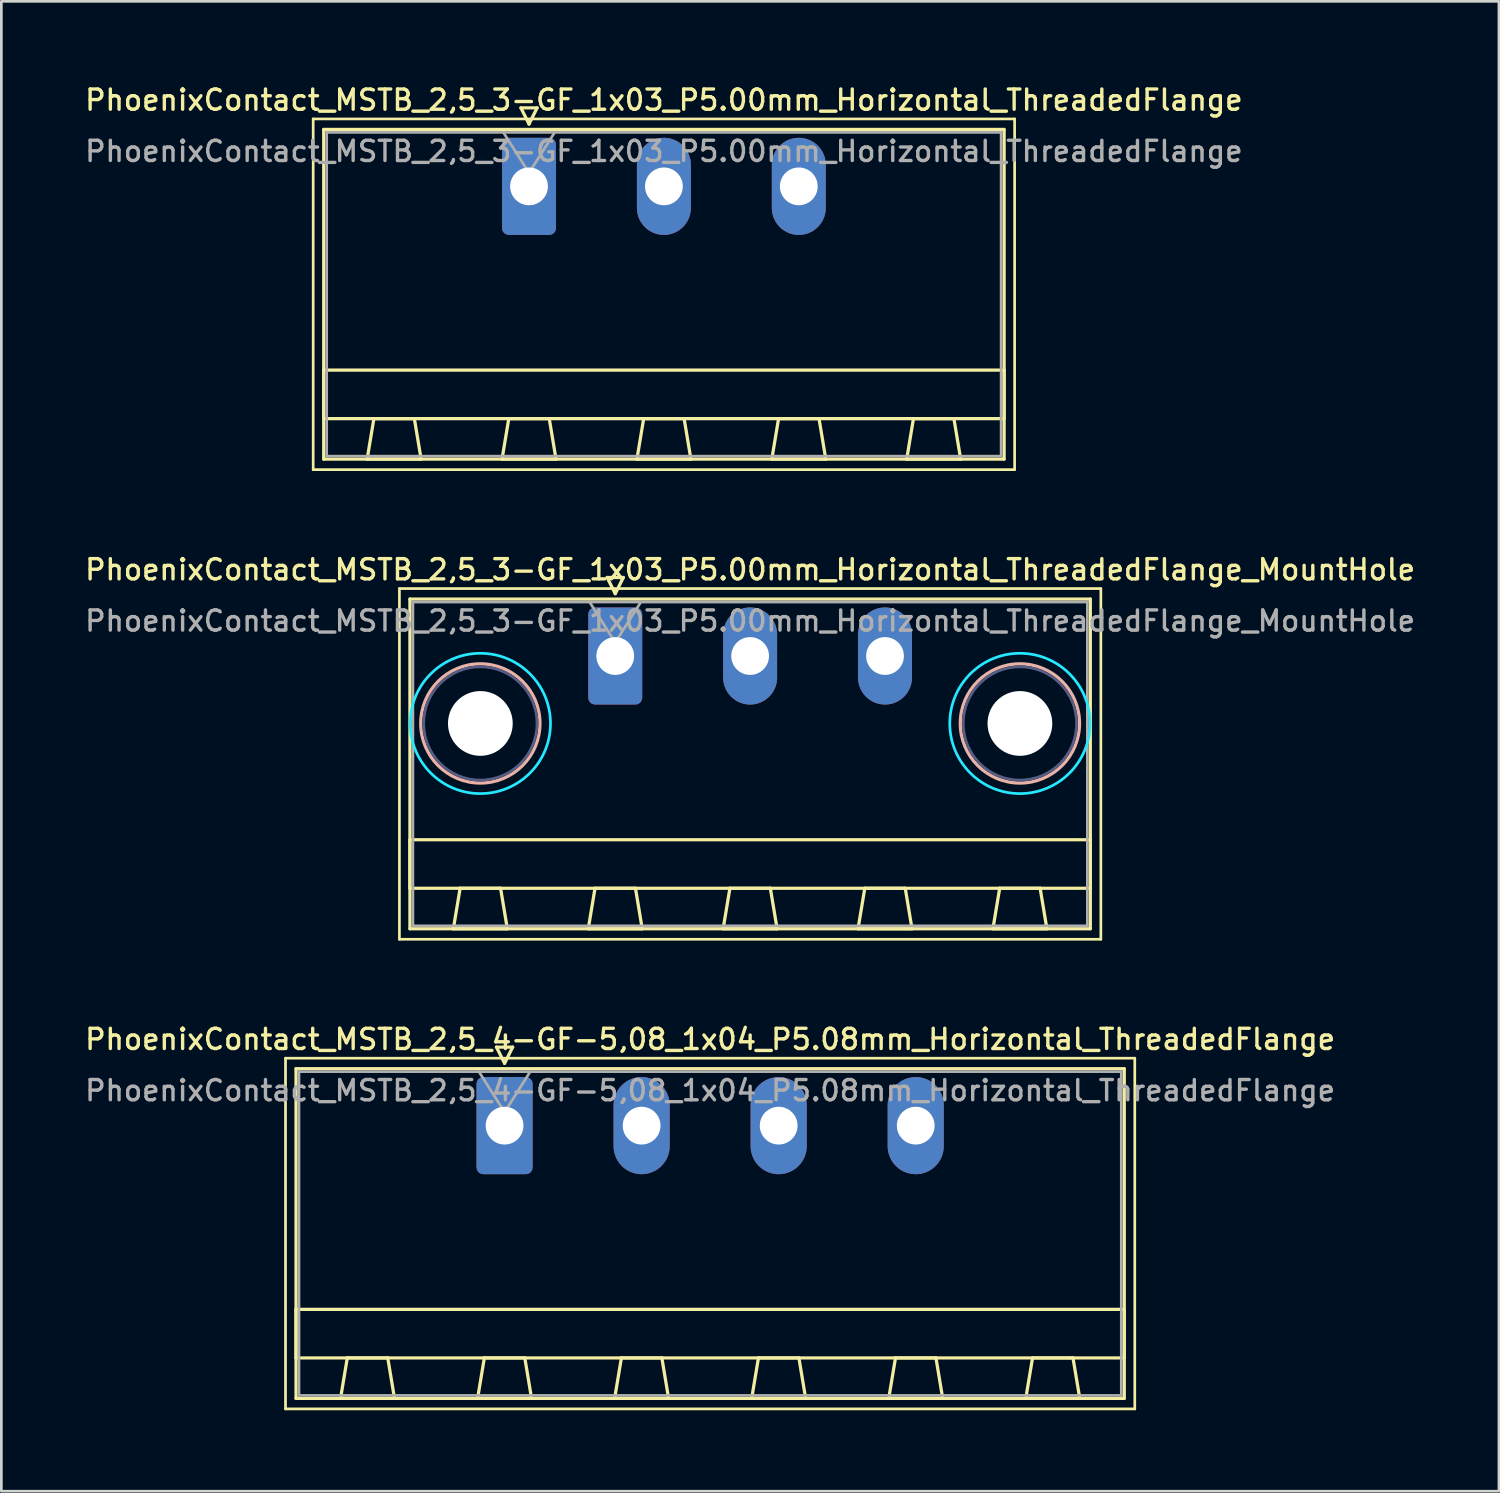
<source format=kicad_pcb>
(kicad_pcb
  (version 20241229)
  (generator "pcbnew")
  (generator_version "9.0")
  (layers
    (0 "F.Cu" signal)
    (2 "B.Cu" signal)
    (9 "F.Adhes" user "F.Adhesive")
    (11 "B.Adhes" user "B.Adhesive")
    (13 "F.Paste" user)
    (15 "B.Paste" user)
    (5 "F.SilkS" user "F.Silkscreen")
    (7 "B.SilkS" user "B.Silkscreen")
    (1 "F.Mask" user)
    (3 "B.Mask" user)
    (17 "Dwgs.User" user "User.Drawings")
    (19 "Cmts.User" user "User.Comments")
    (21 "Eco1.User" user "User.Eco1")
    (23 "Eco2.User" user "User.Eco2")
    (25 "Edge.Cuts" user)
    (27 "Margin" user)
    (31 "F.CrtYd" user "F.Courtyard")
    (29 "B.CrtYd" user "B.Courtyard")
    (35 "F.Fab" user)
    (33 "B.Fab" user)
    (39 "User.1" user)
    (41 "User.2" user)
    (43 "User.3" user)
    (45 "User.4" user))
  (footprint "PhoenixContact_MSTB_2,5_3-GF_1x03_P5.00mm_Horizontal_ThreadedFlange_MountHole"
    (layer "F.Cu")
    (at 19.755 21.266)
    (property "Reference" "PhoenixContact_MSTB_2,5_3-GF_1x03_P5.00mm_Horizontal_ThreadedFlange_MountHole" (at 5 -3.2 0) (layer "F.SilkS") (effects (font (size 0.75 0.75) (thickness 0.125))))
    (attr through_hole)
    (fp_line (start -8 -2.5) (end -8 10.5) (stroke (width 0.1) (type solid)) (layer "F.SilkS"))
    (fp_line (start -8 10.5) (end 18 10.5) (stroke (width 0.1) (type solid)) (layer "F.SilkS"))
    (fp_line (start -7.61 -2.11) (end -7.61 10.11) (stroke (width 0.12) (type solid)) (layer "F.SilkS"))
    (fp_line (start -7.61 6.81) (end 17.61 6.81) (stroke (width 0.12) (type solid)) (layer "F.SilkS"))
    (fp_line (start -7.61 8.61) (end -7.61 6.81) (stroke (width 0.12) (type solid)) (layer "F.SilkS"))
    (fp_line (start -7.61 10.11) (end 17.61 10.11) (stroke (width 0.12) (type solid)) (layer "F.SilkS"))
    (fp_line (start -6 10.11) (end -4 10.11) (stroke (width 0.12) (type solid)) (layer "F.SilkS"))
    (fp_line (start -5.75 8.61) (end -6 10.11) (stroke (width 0.12) (type solid)) (layer "F.SilkS"))
    (fp_line (start -4.25 8.61) (end -5.75 8.61) (stroke (width 0.12) (type solid)) (layer "F.SilkS"))
    (fp_line (start -4 10.11) (end -4.25 8.61) (stroke (width 0.12) (type solid)) (layer "F.SilkS"))
    (fp_line (start -1 10.11) (end 1 10.11) (stroke (width 0.12) (type solid)) (layer "F.SilkS"))
    (fp_line (start -0.75 8.61) (end -1 10.11) (stroke (width 0.12) (type solid)) (layer "F.SilkS"))
    (fp_line (start -0.3 -2.91) (end 0.3 -2.91) (stroke (width 0.12) (type solid)) (layer "F.SilkS"))
    (fp_line (start 0 -2.31) (end -0.3 -2.91) (stroke (width 0.12) (type solid)) (layer "F.SilkS"))
    (fp_line (start 0.3 -2.91) (end 0 -2.31) (stroke (width 0.12) (type solid)) (layer "F.SilkS"))
    (fp_line (start 0.75 8.61) (end -0.75 8.61) (stroke (width 0.12) (type solid)) (layer "F.SilkS"))
    (fp_line (start 1 10.11) (end 0.75 8.61) (stroke (width 0.12) (type solid)) (layer "F.SilkS"))
    (fp_line (start 4 10.11) (end 6 10.11) (stroke (width 0.12) (type solid)) (layer "F.SilkS"))
    (fp_line (start 4.25 8.61) (end 4 10.11) (stroke (width 0.12) (type solid)) (layer "F.SilkS"))
    (fp_line (start 5.75 8.61) (end 4.25 8.61) (stroke (width 0.12) (type solid)) (layer "F.SilkS"))
    (fp_line (start 6 10.11) (end 5.75 8.61) (stroke (width 0.12) (type solid)) (layer "F.SilkS"))
    (fp_line (start 9 10.11) (end 11 10.11) (stroke (width 0.12) (type solid)) (layer "F.SilkS"))
    (fp_line (start 9.25 8.61) (end 9 10.11) (stroke (width 0.12) (type solid)) (layer "F.SilkS"))
    (fp_line (start 10.75 8.61) (end 9.25 8.61) (stroke (width 0.12) (type solid)) (layer "F.SilkS"))
    (fp_line (start 11 10.11) (end 10.75 8.61) (stroke (width 0.12) (type solid)) (layer "F.SilkS"))
    (fp_line (start 14 10.11) (end 16 10.11) (stroke (width 0.12) (type solid)) (layer "F.SilkS"))
    (fp_line (start 14.25 8.61) (end 14 10.11) (stroke (width 0.12) (type solid)) (layer "F.SilkS"))
    (fp_line (start 15.75 8.61) (end 14.25 8.61) (stroke (width 0.12) (type solid)) (layer "F.SilkS"))
    (fp_line (start 16 10.11) (end 15.75 8.61) (stroke (width 0.12) (type solid)) (layer "F.SilkS"))
    (fp_line (start 17.61 -2.11) (end -7.61 -2.11) (stroke (width 0.12) (type solid)) (layer "F.SilkS"))
    (fp_line (start 17.61 6.81) (end 17.61 8.61) (stroke (width 0.12) (type solid)) (layer "F.SilkS"))
    (fp_line (start 17.61 8.61) (end -7.61 8.61) (stroke (width 0.12) (type solid)) (layer "F.SilkS"))
    (fp_line (start 17.61 10.11) (end 17.61 -2.11) (stroke (width 0.12) (type solid)) (layer "F.SilkS"))
    (fp_line (start 18 -2.5) (end -8 -2.5) (stroke (width 0.1) (type solid)) (layer "F.SilkS"))
    (fp_line (start 18 10.5) (end 18 -2.5) (stroke (width 0.1) (type solid)) (layer "F.SilkS"))
    (fp_circle (center -5 2.5) (end -2.79 2.5) (stroke (width 0.12) (type solid)) (fill no) (layer "B.SilkS"))
    (fp_circle (center 15 2.5) (end 17.21 2.5) (stroke (width 0.12) (type solid)) (fill no) (layer "B.SilkS"))
    (fp_circle (center -5 2.5) (end -2.4 2.5) (stroke (width 0.1) (type solid)) (fill no) (layer "B.CrtYd"))
    (fp_circle (center 15 2.5) (end 17.6 2.5) (stroke (width 0.1) (type solid)) (fill no) (layer "B.CrtYd"))
    (fp_circle (center -5 2.5) (end -2.9 2.5) (stroke (width 0.1) (type solid)) (fill no) (layer "B.Fab"))
    (fp_circle (center 15 2.5) (end 17.1 2.5) (stroke (width 0.1) (type solid)) (fill no) (layer "B.Fab"))
    (fp_line (start -7.5 -2) (end -7.5 10) (stroke (width 0.1) (type solid)) (layer "F.Fab"))
    (fp_line (start -7.5 10) (end 17.5 10) (stroke (width 0.1) (type solid)) (layer "F.Fab"))
    (fp_line (start 0 -0.5) (end -0.95 -2) (stroke (width 0.1) (type solid)) (layer "F.Fab"))
    (fp_line (start 0.95 -2) (end 0 -0.5) (stroke (width 0.1) (type solid)) (layer "F.Fab"))
    (fp_line (start 17.5 -2) (end -7.5 -2) (stroke (width 0.1) (type solid)) (layer "F.Fab"))
    (fp_line (start 17.5 10) (end 17.5 -2) (stroke (width 0.1) (type solid)) (layer "F.Fab"))
    (fp_text user "${REFERENCE}" (at 5 -1.3 0) (layer "F.Fab") (effects (font (size 0.75 0.75) (thickness 0.125))))
    (pad "" np_thru_hole circle (at -5 2.5) (size 2.4 2.4) (drill 2.4) (layers "*.Cu" "*.Mask"))
    (pad "" np_thru_hole circle (at 15 2.5) (size 2.4 2.4) (drill 2.4) (layers "*.Cu" "*.Mask"))
    (pad "1" thru_hole roundrect (at 0 0) (size 2 3.6) (drill 1.4) (layers "*.Cu" "*.Mask") (roundrect_rratio 0.125))
    (pad "2" thru_hole oval (at 5 0) (size 2 3.6) (drill 1.4) (layers "*.Cu" "*.Mask"))
    (pad "3" thru_hole oval (at 10 0) (size 2 3.6) (drill 1.4) (layers "*.Cu" "*.Mask")))
  (footprint "PhoenixContact_MSTB_2,5_3-GF_1x03_P5.00mm_Horizontal_ThreadedFlange"
    (layer "F.Cu")
    (at 16.559 3.858)
    (property "Reference" "PhoenixContact_MSTB_2,5_3-GF_1x03_P5.00mm_Horizontal_ThreadedFlange" (at 5 -3.2 0) (layer "F.SilkS") (effects (font (size 0.75 0.75) (thickness 0.125))))
    (attr through_hole)
    (fp_line (start -8 -2.5) (end -8 10.5) (stroke (width 0.1) (type solid)) (layer "F.SilkS"))
    (fp_line (start -8 10.5) (end 18 10.5) (stroke (width 0.1) (type solid)) (layer "F.SilkS"))
    (fp_line (start -7.61 -2.11) (end -7.61 10.11) (stroke (width 0.12) (type solid)) (layer "F.SilkS"))
    (fp_line (start -7.61 6.81) (end 17.61 6.81) (stroke (width 0.12) (type solid)) (layer "F.SilkS"))
    (fp_line (start -7.61 8.61) (end -7.61 6.81) (stroke (width 0.12) (type solid)) (layer "F.SilkS"))
    (fp_line (start -7.61 10.11) (end 17.61 10.11) (stroke (width 0.12) (type solid)) (layer "F.SilkS"))
    (fp_line (start -6 10.11) (end -4 10.11) (stroke (width 0.12) (type solid)) (layer "F.SilkS"))
    (fp_line (start -5.75 8.61) (end -6 10.11) (stroke (width 0.12) (type solid)) (layer "F.SilkS"))
    (fp_line (start -4.25 8.61) (end -5.75 8.61) (stroke (width 0.12) (type solid)) (layer "F.SilkS"))
    (fp_line (start -4 10.11) (end -4.25 8.61) (stroke (width 0.12) (type solid)) (layer "F.SilkS"))
    (fp_line (start -1 10.11) (end 1 10.11) (stroke (width 0.12) (type solid)) (layer "F.SilkS"))
    (fp_line (start -0.75 8.61) (end -1 10.11) (stroke (width 0.12) (type solid)) (layer "F.SilkS"))
    (fp_line (start -0.3 -2.91) (end 0.3 -2.91) (stroke (width 0.12) (type solid)) (layer "F.SilkS"))
    (fp_line (start 0 -2.31) (end -0.3 -2.91) (stroke (width 0.12) (type solid)) (layer "F.SilkS"))
    (fp_line (start 0.3 -2.91) (end 0 -2.31) (stroke (width 0.12) (type solid)) (layer "F.SilkS"))
    (fp_line (start 0.75 8.61) (end -0.75 8.61) (stroke (width 0.12) (type solid)) (layer "F.SilkS"))
    (fp_line (start 1 10.11) (end 0.75 8.61) (stroke (width 0.12) (type solid)) (layer "F.SilkS"))
    (fp_line (start 4 10.11) (end 6 10.11) (stroke (width 0.12) (type solid)) (layer "F.SilkS"))
    (fp_line (start 4.25 8.61) (end 4 10.11) (stroke (width 0.12) (type solid)) (layer "F.SilkS"))
    (fp_line (start 5.75 8.61) (end 4.25 8.61) (stroke (width 0.12) (type solid)) (layer "F.SilkS"))
    (fp_line (start 6 10.11) (end 5.75 8.61) (stroke (width 0.12) (type solid)) (layer "F.SilkS"))
    (fp_line (start 9 10.11) (end 11 10.11) (stroke (width 0.12) (type solid)) (layer "F.SilkS"))
    (fp_line (start 9.25 8.61) (end 9 10.11) (stroke (width 0.12) (type solid)) (layer "F.SilkS"))
    (fp_line (start 10.75 8.61) (end 9.25 8.61) (stroke (width 0.12) (type solid)) (layer "F.SilkS"))
    (fp_line (start 11 10.11) (end 10.75 8.61) (stroke (width 0.12) (type solid)) (layer "F.SilkS"))
    (fp_line (start 14 10.11) (end 16 10.11) (stroke (width 0.12) (type solid)) (layer "F.SilkS"))
    (fp_line (start 14.25 8.61) (end 14 10.11) (stroke (width 0.12) (type solid)) (layer "F.SilkS"))
    (fp_line (start 15.75 8.61) (end 14.25 8.61) (stroke (width 0.12) (type solid)) (layer "F.SilkS"))
    (fp_line (start 16 10.11) (end 15.75 8.61) (stroke (width 0.12) (type solid)) (layer "F.SilkS"))
    (fp_line (start 17.61 -2.11) (end -7.61 -2.11) (stroke (width 0.12) (type solid)) (layer "F.SilkS"))
    (fp_line (start 17.61 6.81) (end 17.61 8.61) (stroke (width 0.12) (type solid)) (layer "F.SilkS"))
    (fp_line (start 17.61 8.61) (end -7.61 8.61) (stroke (width 0.12) (type solid)) (layer "F.SilkS"))
    (fp_line (start 17.61 10.11) (end 17.61 -2.11) (stroke (width 0.12) (type solid)) (layer "F.SilkS"))
    (fp_line (start 18 -2.5) (end -8 -2.5) (stroke (width 0.1) (type solid)) (layer "F.SilkS"))
    (fp_line (start 18 10.5) (end 18 -2.5) (stroke (width 0.1) (type solid)) (layer "F.SilkS"))
    (fp_line (start -7.5 -2) (end -7.5 10) (stroke (width 0.1) (type solid)) (layer "F.Fab"))
    (fp_line (start -7.5 10) (end 17.5 10) (stroke (width 0.1) (type solid)) (layer "F.Fab"))
    (fp_line (start 0 -0.5) (end -0.95 -2) (stroke (width 0.1) (type solid)) (layer "F.Fab"))
    (fp_line (start 0.95 -2) (end 0 -0.5) (stroke (width 0.1) (type solid)) (layer "F.Fab"))
    (fp_line (start 17.5 -2) (end -7.5 -2) (stroke (width 0.1) (type solid)) (layer "F.Fab"))
    (fp_line (start 17.5 10) (end 17.5 -2) (stroke (width 0.1) (type solid)) (layer "F.Fab"))
    (fp_text user "${REFERENCE}" (at 5 -1.3 0) (layer "F.Fab") (effects (font (size 0.75 0.75) (thickness 0.125))))
    (pad "1" thru_hole roundrect (at 0 0) (size 2 3.6) (drill 1.4) (layers "*.Cu" "*.Mask") (roundrect_rratio 0.125))
    (pad "2" thru_hole oval (at 5 0) (size 2 3.6) (drill 1.4) (layers "*.Cu" "*.Mask"))
    (pad "3" thru_hole oval (at 10 0) (size 2 3.6) (drill 1.4) (layers "*.Cu" "*.Mask")))
  (footprint "PhoenixContact_MSTB_2,5_4-GF-5,08_1x04_P5.08mm_Horizontal_ThreadedFlange"
    (layer "F.Cu")
    (at 15.653 38.674)
    (property "Reference" "PhoenixContact_MSTB_2,5_4-GF-5,08_1x04_P5.08mm_Horizontal_ThreadedFlange" (at 7.62 -3.2 0) (layer "F.SilkS") (effects (font (size 0.75 0.75) (thickness 0.125))))
    (attr through_hole)
    (fp_line (start -8.12 -2.5) (end -8.12 10.5) (stroke (width 0.1) (type solid)) (layer "F.SilkS"))
    (fp_line (start -8.12 10.5) (end 23.36 10.5) (stroke (width 0.1) (type solid)) (layer "F.SilkS"))
    (fp_line (start -7.73 -2.11) (end -7.73 10.11) (stroke (width 0.12) (type solid)) (layer "F.SilkS"))
    (fp_line (start -7.73 6.81) (end 22.97 6.81) (stroke (width 0.12) (type solid)) (layer "F.SilkS"))
    (fp_line (start -7.73 8.61) (end -7.73 6.81) (stroke (width 0.12) (type solid)) (layer "F.SilkS"))
    (fp_line (start -7.73 10.11) (end 22.97 10.11) (stroke (width 0.12) (type solid)) (layer "F.SilkS"))
    (fp_line (start -6.08 10.11) (end -4.08 10.11) (stroke (width 0.12) (type solid)) (layer "F.SilkS"))
    (fp_line (start -5.83 8.61) (end -6.08 10.11) (stroke (width 0.12) (type solid)) (layer "F.SilkS"))
    (fp_line (start -4.33 8.61) (end -5.83 8.61) (stroke (width 0.12) (type solid)) (layer "F.SilkS"))
    (fp_line (start -4.08 10.11) (end -4.33 8.61) (stroke (width 0.12) (type solid)) (layer "F.SilkS"))
    (fp_line (start -1 10.11) (end 1 10.11) (stroke (width 0.12) (type solid)) (layer "F.SilkS"))
    (fp_line (start -0.75 8.61) (end -1 10.11) (stroke (width 0.12) (type solid)) (layer "F.SilkS"))
    (fp_line (start -0.3 -2.91) (end 0.3 -2.91) (stroke (width 0.12) (type solid)) (layer "F.SilkS"))
    (fp_line (start 0 -2.31) (end -0.3 -2.91) (stroke (width 0.12) (type solid)) (layer "F.SilkS"))
    (fp_line (start 0.3 -2.91) (end 0 -2.31) (stroke (width 0.12) (type solid)) (layer "F.SilkS"))
    (fp_line (start 0.75 8.61) (end -0.75 8.61) (stroke (width 0.12) (type solid)) (layer "F.SilkS"))
    (fp_line (start 1 10.11) (end 0.75 8.61) (stroke (width 0.12) (type solid)) (layer "F.SilkS"))
    (fp_line (start 4.08 10.11) (end 6.08 10.11) (stroke (width 0.12) (type solid)) (layer "F.SilkS"))
    (fp_line (start 4.33 8.61) (end 4.08 10.11) (stroke (width 0.12) (type solid)) (layer "F.SilkS"))
    (fp_line (start 5.83 8.61) (end 4.33 8.61) (stroke (width 0.12) (type solid)) (layer "F.SilkS"))
    (fp_line (start 6.08 10.11) (end 5.83 8.61) (stroke (width 0.12) (type solid)) (layer "F.SilkS"))
    (fp_line (start 9.16 10.11) (end 11.16 10.11) (stroke (width 0.12) (type solid)) (layer "F.SilkS"))
    (fp_line (start 9.41 8.61) (end 9.16 10.11) (stroke (width 0.12) (type solid)) (layer "F.SilkS"))
    (fp_line (start 10.91 8.61) (end 9.41 8.61) (stroke (width 0.12) (type solid)) (layer "F.SilkS"))
    (fp_line (start 11.16 10.11) (end 10.91 8.61) (stroke (width 0.12) (type solid)) (layer "F.SilkS"))
    (fp_line (start 14.24 10.11) (end 16.24 10.11) (stroke (width 0.12) (type solid)) (layer "F.SilkS"))
    (fp_line (start 14.49 8.61) (end 14.24 10.11) (stroke (width 0.12) (type solid)) (layer "F.SilkS"))
    (fp_line (start 15.99 8.61) (end 14.49 8.61) (stroke (width 0.12) (type solid)) (layer "F.SilkS"))
    (fp_line (start 16.24 10.11) (end 15.99 8.61) (stroke (width 0.12) (type solid)) (layer "F.SilkS"))
    (fp_line (start 19.32 10.11) (end 21.32 10.11) (stroke (width 0.12) (type solid)) (layer "F.SilkS"))
    (fp_line (start 19.57 8.61) (end 19.32 10.11) (stroke (width 0.12) (type solid)) (layer "F.SilkS"))
    (fp_line (start 21.07 8.61) (end 19.57 8.61) (stroke (width 0.12) (type solid)) (layer "F.SilkS"))
    (fp_line (start 21.32 10.11) (end 21.07 8.61) (stroke (width 0.12) (type solid)) (layer "F.SilkS"))
    (fp_line (start 22.97 -2.11) (end -7.73 -2.11) (stroke (width 0.12) (type solid)) (layer "F.SilkS"))
    (fp_line (start 22.97 6.81) (end 22.97 8.61) (stroke (width 0.12) (type solid)) (layer "F.SilkS"))
    (fp_line (start 22.97 8.61) (end -7.73 8.61) (stroke (width 0.12) (type solid)) (layer "F.SilkS"))
    (fp_line (start 22.97 10.11) (end 22.97 -2.11) (stroke (width 0.12) (type solid)) (layer "F.SilkS"))
    (fp_line (start 23.36 -2.5) (end -8.12 -2.5) (stroke (width 0.1) (type solid)) (layer "F.SilkS"))
    (fp_line (start 23.36 10.5) (end 23.36 -2.5) (stroke (width 0.1) (type solid)) (layer "F.SilkS"))
    (fp_line (start -7.62 -2) (end -7.62 10) (stroke (width 0.1) (type solid)) (layer "F.Fab"))
    (fp_line (start -7.62 10) (end 22.86 10) (stroke (width 0.1) (type solid)) (layer "F.Fab"))
    (fp_line (start 0 -0.5) (end -0.95 -2) (stroke (width 0.1) (type solid)) (layer "F.Fab"))
    (fp_line (start 0.95 -2) (end 0 -0.5) (stroke (width 0.1) (type solid)) (layer "F.Fab"))
    (fp_line (start 22.86 -2) (end -7.62 -2) (stroke (width 0.1) (type solid)) (layer "F.Fab"))
    (fp_line (start 22.86 10) (end 22.86 -2) (stroke (width 0.1) (type solid)) (layer "F.Fab"))
    (fp_text user "${REFERENCE}" (at 7.62 -1.3 0) (layer "F.Fab") (effects (font (size 0.75 0.75) (thickness 0.125))))
    (pad "1" thru_hole roundrect (at 0 0) (size 2.08 3.6) (drill 1.4) (layers "*.Cu" "*.Mask") (roundrect_rratio 0.12))
    (pad "2" thru_hole oval (at 5.08 0) (size 2.08 3.6) (drill 1.4) (layers "*.Cu" "*.Mask"))
    (pad "3" thru_hole oval (at 10.16 0) (size 2.08 3.6) (drill 1.4) (layers "*.Cu" "*.Mask"))
    (pad "4" thru_hole oval (at 15.24 0) (size 2.08 3.6) (drill 1.4) (layers "*.Cu" "*.Mask")))
  (gr_rect
    (start -3 -3)
    (end 52.511 52.224)
    (stroke (width 0.1) (type default))
    (fill no)
    (layer "Edge.Cuts")))
</source>
